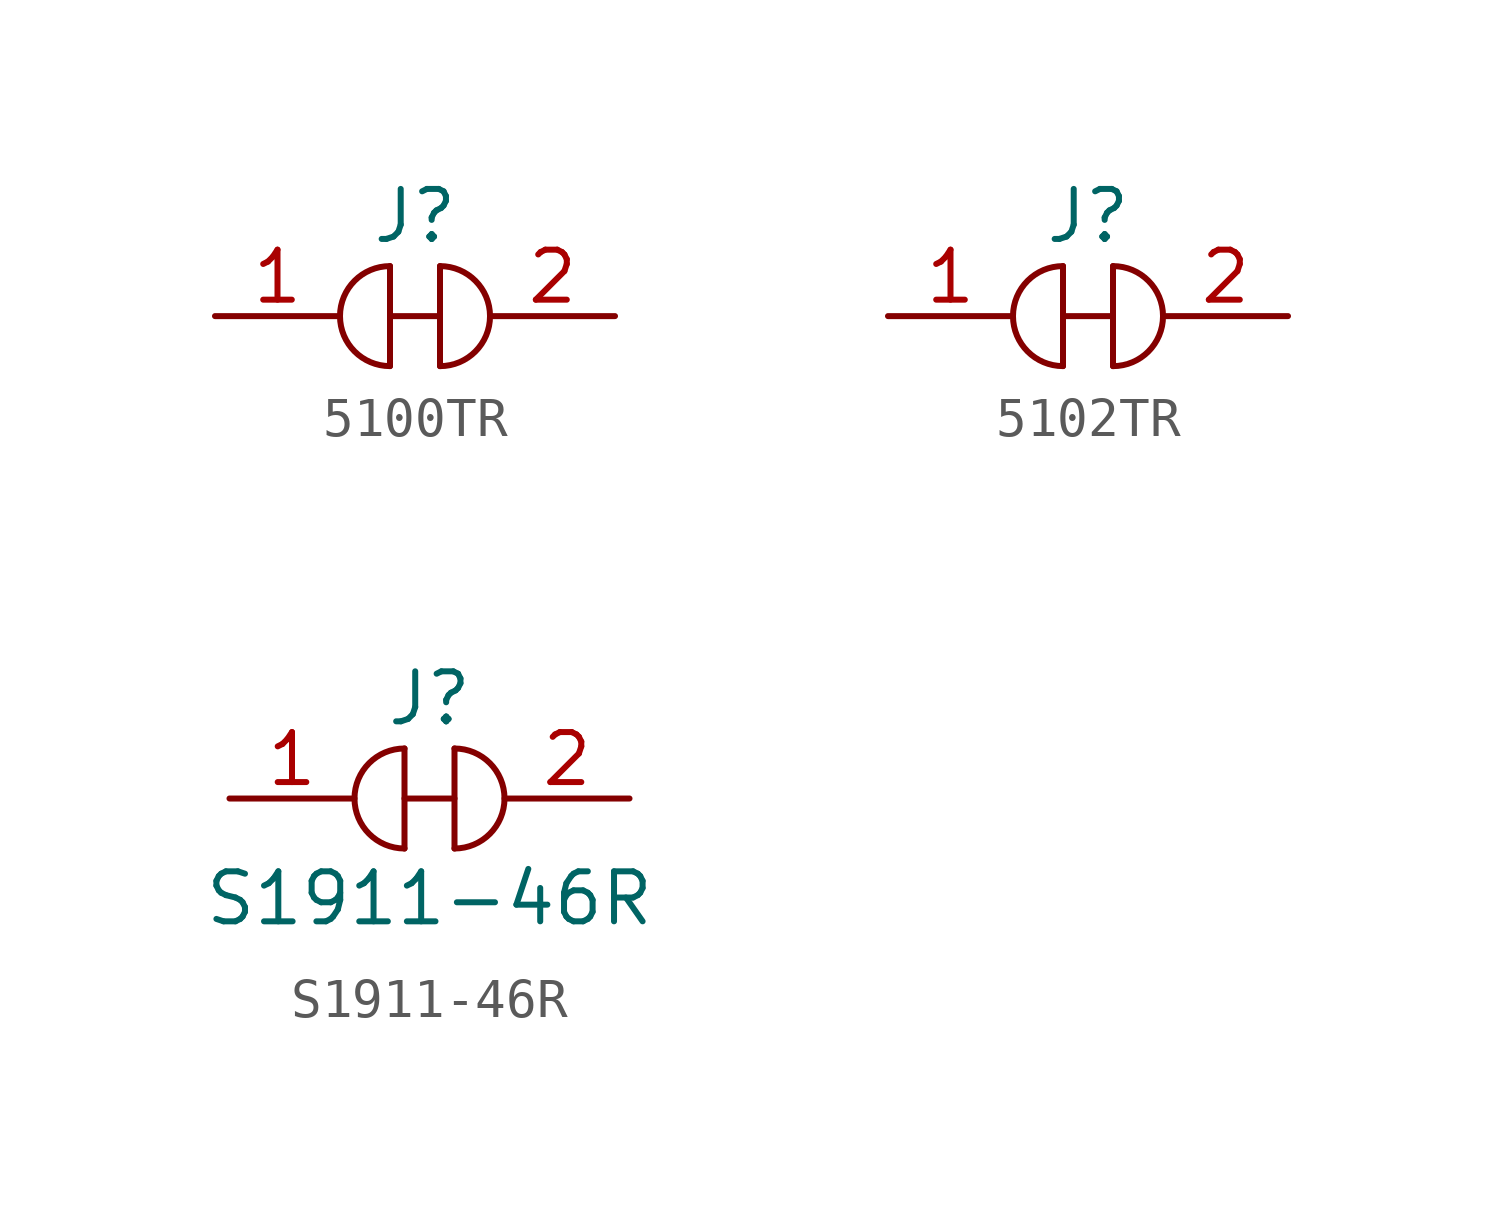
<source format=kicad_sym>
(kicad_symbol_lib
  (version 20231120)
  (generator "kicad_symbol_editor")
  (generator_version "8.0")
  (symbol "5100TR"
    (pin_names
      (offset 1.016))
    (property "Reference" "J"
      (at 0 2.54 0)
      (effects (font (size 1.27 1.27))))
    (symbol "5100TR_0_1"
      (arc (start -0.635 1.27) (mid -1.905 0) (end -0.635 -1.27) (stroke (width 0) (type solid)) (fill (type none)))
      (polyline (pts (xy -0.635 0) (xy 0.635 0)) (stroke (width 0) (type solid)) (fill (type none)))
      (polyline (pts (xy -0.635 1.27) (xy -0.635 -1.27)) (stroke (width 0) (type solid)) (fill (type none)))
      (polyline (pts (xy 0.635 1.27) (xy 0.635 -1.27)) (stroke (width 0) (type solid)) (fill (type none)))
      (arc (start 0.635 -1.27) (mid 1.905 0) (end 0.635 1.27) (stroke (width 0) (type solid)) (fill (type none))))
    (symbol "5100TR_1_1"
      (pin passive line (at -5.08 0 0) (length 3.175) (name "~" (effects (font (size 1.27 1.27)))) (number "1" (effects (font (size 1.27 1.27)))))
      (pin passive line (at 5.08 0 180) (length 3.175) (name "~" (effects (font (size 1.27 1.27)))) (number "2" (effects (font (size 1.27 1.27)))))))
  (symbol "5102TR"
    (pin_names
      (offset 1.016))
    (property "Reference" "J"
      (at 0 2.54 0)
      (effects (font (size 1.27 1.27))))
    (symbol "5102TR_1_1"
      (arc (start -0.635 1.27) (mid -1.905 0) (end -0.635 -1.27) (stroke (width 0) (type solid)) (fill (type none)))
      (polyline (pts (xy -0.635 0) (xy 0.635 0)) (stroke (width 0) (type solid)) (fill (type none)))
      (polyline (pts (xy -0.635 1.27) (xy -0.635 -1.27)) (stroke (width 0) (type solid)) (fill (type none)))
      (polyline (pts (xy 0.635 1.27) (xy 0.635 -1.27)) (stroke (width 0) (type solid)) (fill (type none)))
      (arc (start 0.635 -1.27) (mid 1.905 0) (end 0.635 1.27) (stroke (width 0) (type solid)) (fill (type none)))
      (pin passive line (at -5.08 0 0) (length 3.175) (name "~" (effects (font (size 1.27 1.27)))) (number "1" (effects (font (size 1.27 1.27)))))
      (pin passive line (at 5.08 0 180) (length 3.175) (name "~" (effects (font (size 1.27 1.27)))) (number "2" (effects (font (size 1.27 1.27)))))))
  (symbol "S1911-46R"
    (pin_names
      (offset 1.016))
    (property "Reference" "J"
      (at 0 2.54 0)
      (effects (font (size 1.27 1.27))))
    (property "Value" "S1911-46R"
      (at 0 -2.54 0)
      (effects (font (size 1.27 1.27))))
    (symbol "S1911-46R_1_1"
      (arc (start -0.635 1.27) (mid -1.905 0) (end -0.635 -1.27) (stroke (width 0) (type solid)) (fill (type none)))
      (polyline (pts (xy -0.635 0) (xy 0.635 0)) (stroke (width 0) (type solid)) (fill (type none)))
      (polyline (pts (xy -0.635 1.27) (xy -0.635 -1.27)) (stroke (width 0) (type solid)) (fill (type none)))
      (polyline (pts (xy 0.635 1.27) (xy 0.635 -1.27)) (stroke (width 0) (type solid)) (fill (type none)))
      (arc (start 0.635 -1.27) (mid 1.905 0) (end 0.635 1.27) (stroke (width 0) (type solid)) (fill (type none)))
      (pin passive line (at -5.08 0 0) (length 3.175) (name "~" (effects (font (size 1.27 1.27)))) (number "1" (effects (font (size 1.27 1.27)))))
      (pin passive line (at 5.08 0 180) (length 3.175) (name "~" (effects (font (size 1.27 1.27)))) (number "2" (effects (font (size 1.27 1.27))))))))
</source>
